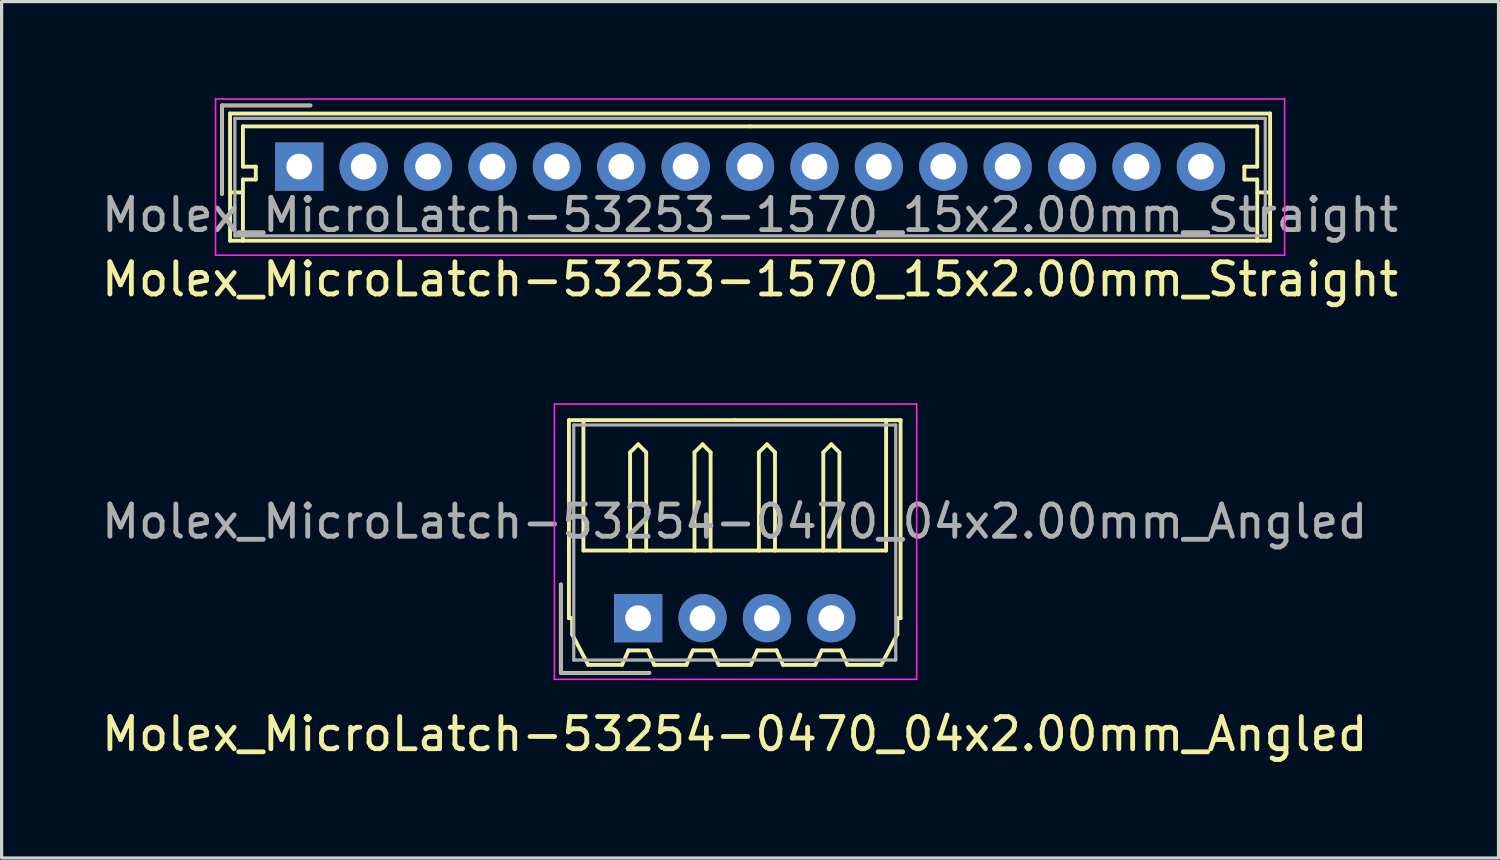
<source format=kicad_pcb>
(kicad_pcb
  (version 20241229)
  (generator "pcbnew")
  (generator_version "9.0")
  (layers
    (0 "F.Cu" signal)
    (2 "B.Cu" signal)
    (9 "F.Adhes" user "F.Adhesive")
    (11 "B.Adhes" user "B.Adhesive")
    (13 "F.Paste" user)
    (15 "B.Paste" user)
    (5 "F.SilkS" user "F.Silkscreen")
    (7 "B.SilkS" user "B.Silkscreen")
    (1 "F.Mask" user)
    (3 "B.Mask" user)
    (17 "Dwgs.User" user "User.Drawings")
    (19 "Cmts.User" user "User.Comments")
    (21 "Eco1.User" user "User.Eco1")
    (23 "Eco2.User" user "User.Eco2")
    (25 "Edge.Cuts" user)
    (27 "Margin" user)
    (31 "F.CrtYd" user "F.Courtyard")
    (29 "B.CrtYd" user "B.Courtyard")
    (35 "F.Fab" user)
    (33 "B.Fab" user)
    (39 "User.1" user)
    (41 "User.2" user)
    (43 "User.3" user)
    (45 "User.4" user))
  (footprint "Molex_MicroLatch-53253-1570_15x2.00mm_Straight"
    (layer "F.Cu")
    (at 6.244 2.125)
    (property "Reference" "Molex_MicroLatch-53253-1570_15x2.00mm_Straight" (at 14 3.5 0) (layer "F.SilkS") (effects (font (size 1 1) (thickness 0.15))))
    (attr through_hole)
    (fp_line (start -2.4 -1.9) (end -2.4 0.85) (stroke (width 0.12) (type solid)) (layer "F.SilkS"))
    (fp_line (start -2.15 -1.65) (end -2.15 2.3) (stroke (width 0.12) (type solid)) (layer "F.SilkS"))
    (fp_line (start -2.15 0.8) (end -1.75 0.8) (stroke (width 0.12) (type solid)) (layer "F.SilkS"))
    (fp_line (start -2.15 2.3) (end 30.15 2.3) (stroke (width 0.12) (type solid)) (layer "F.SilkS"))
    (fp_line (start -1.75 -1.25) (end -1.75 0) (stroke (width 0.12) (type solid)) (layer "F.SilkS"))
    (fp_line (start -1.75 0) (end -1.35 0) (stroke (width 0.12) (type solid)) (layer "F.SilkS"))
    (fp_line (start -1.75 0.4) (end -1.75 2.3) (stroke (width 0.12) (type solid)) (layer "F.SilkS"))
    (fp_line (start -1.35 0) (end -1.35 0.4) (stroke (width 0.12) (type solid)) (layer "F.SilkS"))
    (fp_line (start -1.35 0.4) (end -1.75 0.4) (stroke (width 0.12) (type solid)) (layer "F.SilkS"))
    (fp_line (start 0.35 -1.9) (end -2.4 -1.9) (stroke (width 0.12) (type solid)) (layer "F.SilkS"))
    (fp_line (start 14 -1.25) (end -1.75 -1.25) (stroke (width 0.12) (type solid)) (layer "F.SilkS"))
    (fp_line (start 14 -1.25) (end 29.75 -1.25) (stroke (width 0.12) (type solid)) (layer "F.SilkS"))
    (fp_line (start 29.35 0) (end 29.35 0.4) (stroke (width 0.12) (type solid)) (layer "F.SilkS"))
    (fp_line (start 29.35 0.4) (end 29.75 0.4) (stroke (width 0.12) (type solid)) (layer "F.SilkS"))
    (fp_line (start 29.75 -1.25) (end 29.75 0) (stroke (width 0.12) (type solid)) (layer "F.SilkS"))
    (fp_line (start 29.75 0) (end 29.35 0) (stroke (width 0.12) (type solid)) (layer "F.SilkS"))
    (fp_line (start 29.75 0.4) (end 29.75 2.3) (stroke (width 0.12) (type solid)) (layer "F.SilkS"))
    (fp_line (start 30.15 -1.65) (end -2.15 -1.65) (stroke (width 0.12) (type solid)) (layer "F.SilkS"))
    (fp_line (start 30.15 0.8) (end 29.75 0.8) (stroke (width 0.12) (type solid)) (layer "F.SilkS"))
    (fp_line (start 30.15 2.3) (end 30.15 -1.65) (stroke (width 0.12) (type solid)) (layer "F.SilkS"))
    (fp_line (start -2.6 -2.1) (end -2.6 2.75) (stroke (width 0.05) (type solid)) (layer "F.CrtYd"))
    (fp_line (start -2.6 2.75) (end 30.6 2.75) (stroke (width 0.05) (type solid)) (layer "F.CrtYd"))
    (fp_line (start 30.6 -2.1) (end -2.6 -2.1) (stroke (width 0.05) (type solid)) (layer "F.CrtYd"))
    (fp_line (start 30.6 2.75) (end 30.6 -2.1) (stroke (width 0.05) (type solid)) (layer "F.CrtYd"))
    (fp_line (start -2.4 -1.9) (end -2.4 0.85) (stroke (width 0.1) (type solid)) (layer "F.Fab"))
    (fp_line (start -2 -1.5) (end -2 2.15) (stroke (width 0.1) (type solid)) (layer "F.Fab"))
    (fp_line (start -2 2.15) (end 30 2.15) (stroke (width 0.1) (type solid)) (layer "F.Fab"))
    (fp_line (start 0.35 -1.9) (end -2.4 -1.9) (stroke (width 0.1) (type solid)) (layer "F.Fab"))
    (fp_line (start 30 -1.5) (end -2 -1.5) (stroke (width 0.1) (type solid)) (layer "F.Fab"))
    (fp_line (start 30 2.15) (end 30 -1.5) (stroke (width 0.1) (type solid)) (layer "F.Fab"))
    (fp_text user "${REFERENCE}" (at 14 1.5 0) (layer "F.Fab") (effects (font (size 1 1) (thickness 0.15))))
    (pad "1" thru_hole rect (at 0 0) (size 1.5 1.5) (drill 0.8) (layers "*.Cu" "*.Mask"))
    (pad "2" thru_hole circle (at 2 0) (size 1.5 1.5) (drill 0.8) (layers "*.Cu" "*.Mask"))
    (pad "3" thru_hole circle (at 4 0) (size 1.5 1.5) (drill 0.8) (layers "*.Cu" "*.Mask"))
    (pad "4" thru_hole circle (at 6 0) (size 1.5 1.5) (drill 0.8) (layers "*.Cu" "*.Mask"))
    (pad "5" thru_hole circle (at 8 0) (size 1.5 1.5) (drill 0.8) (layers "*.Cu" "*.Mask"))
    (pad "6" thru_hole circle (at 10 0) (size 1.5 1.5) (drill 0.8) (layers "*.Cu" "*.Mask"))
    (pad "7" thru_hole circle (at 12 0) (size 1.5 1.5) (drill 0.8) (layers "*.Cu" "*.Mask"))
    (pad "8" thru_hole circle (at 14 0) (size 1.5 1.5) (drill 0.8) (layers "*.Cu" "*.Mask"))
    (pad "9" thru_hole circle (at 16 0) (size 1.5 1.5) (drill 0.8) (layers "*.Cu" "*.Mask"))
    (pad "10" thru_hole circle (at 18 0) (size 1.5 1.5) (drill 0.8) (layers "*.Cu" "*.Mask"))
    (pad "11" thru_hole circle (at 20 0) (size 1.5 1.5) (drill 0.8) (layers "*.Cu" "*.Mask"))
    (pad "12" thru_hole circle (at 22 0) (size 1.5 1.5) (drill 0.8) (layers "*.Cu" "*.Mask"))
    (pad "13" thru_hole circle (at 24 0) (size 1.5 1.5) (drill 0.8) (layers "*.Cu" "*.Mask"))
    (pad "14" thru_hole circle (at 26 0) (size 1.5 1.5) (drill 0.8) (layers "*.Cu" "*.Mask"))
    (pad "15" thru_hole circle (at 28 0) (size 1.5 1.5) (drill 0.8) (layers "*.Cu" "*.Mask")))
  (footprint "Molex_MicroLatch-53254-0470_04x2.00mm_Angled"
    (layer "F.Cu")
    (at 16.768 16.148)
    (property "Reference" "Molex_MicroLatch-53254-0470_04x2.00mm_Angled" (at 3 3.6 0) (layer "F.SilkS") (effects (font (size 1 1) (thickness 0.15))))
    (attr through_hole)
    (fp_line (start -2.4 1.7) (end -2.4 -1.05) (stroke (width 0.12) (type solid)) (layer "F.SilkS"))
    (fp_line (start -2.15 -6.15) (end 3 -6.15) (stroke (width 0.12) (type solid)) (layer "F.SilkS"))
    (fp_line (start -2.15 0) (end -2.15 -6.15) (stroke (width 0.12) (type solid)) (layer "F.SilkS"))
    (fp_line (start -2.05 0) (end -2.15 0) (stroke (width 0.12) (type solid)) (layer "F.SilkS"))
    (fp_line (start -2.05 0.5) (end -2.05 0) (stroke (width 0.12) (type solid)) (layer "F.SilkS"))
    (fp_line (start -1.7 -6.15) (end -1.7 -2.1) (stroke (width 0.12) (type solid)) (layer "F.SilkS"))
    (fp_line (start -1.7 -2.1) (end 7.7 -2.1) (stroke (width 0.12) (type solid)) (layer "F.SilkS"))
    (fp_line (start -1.55 1.45) (end -2.05 0.5) (stroke (width 0.12) (type solid)) (layer "F.SilkS"))
    (fp_line (start -0.5 1.45) (end -1.55 1.45) (stroke (width 0.12) (type solid)) (layer "F.SilkS"))
    (fp_line (start -0.3 1) (end -0.5 1.45) (stroke (width 0.12) (type solid)) (layer "F.SilkS"))
    (fp_line (start -0.3 1) (end 0.3 1) (stroke (width 0.12) (type solid)) (layer "F.SilkS"))
    (fp_line (start -0.25 -5.15) (end 0 -5.4) (stroke (width 0.12) (type solid)) (layer "F.SilkS"))
    (fp_line (start -0.25 -2.1) (end -0.25 -5.15) (stroke (width 0.12) (type solid)) (layer "F.SilkS"))
    (fp_line (start 0 -5.4) (end 0.25 -5.15) (stroke (width 0.12) (type solid)) (layer "F.SilkS"))
    (fp_line (start 0.25 -5.15) (end 0.25 -2.1) (stroke (width 0.12) (type solid)) (layer "F.SilkS"))
    (fp_line (start 0.3 1) (end 0.5 1.45) (stroke (width 0.12) (type solid)) (layer "F.SilkS"))
    (fp_line (start 0.35 1.7) (end -2.4 1.7) (stroke (width 0.12) (type solid)) (layer "F.SilkS"))
    (fp_line (start 0.5 1.45) (end 1.5 1.45) (stroke (width 0.12) (type solid)) (layer "F.SilkS"))
    (fp_line (start 1.5 1.45) (end 1.7 1) (stroke (width 0.12) (type solid)) (layer "F.SilkS"))
    (fp_line (start 1.7 1) (end 2.3 1) (stroke (width 0.12) (type solid)) (layer "F.SilkS"))
    (fp_line (start 1.75 -5.15) (end 2 -5.4) (stroke (width 0.12) (type solid)) (layer "F.SilkS"))
    (fp_line (start 1.75 -2.1) (end 1.75 -5.15) (stroke (width 0.12) (type solid)) (layer "F.SilkS"))
    (fp_line (start 2 -5.4) (end 2.25 -5.15) (stroke (width 0.12) (type solid)) (layer "F.SilkS"))
    (fp_line (start 2.25 -5.15) (end 2.25 -2.1) (stroke (width 0.12) (type solid)) (layer "F.SilkS"))
    (fp_line (start 2.3 1) (end 2.5 1.45) (stroke (width 0.12) (type solid)) (layer "F.SilkS"))
    (fp_line (start 2.5 1.45) (end 3.5 1.45) (stroke (width 0.12) (type solid)) (layer "F.SilkS"))
    (fp_line (start 3.5 1.45) (end 3.7 1) (stroke (width 0.12) (type solid)) (layer "F.SilkS"))
    (fp_line (start 3.7 1) (end 4.3 1) (stroke (width 0.12) (type solid)) (layer "F.SilkS"))
    (fp_line (start 3.75 -5.15) (end 4 -5.4) (stroke (width 0.12) (type solid)) (layer "F.SilkS"))
    (fp_line (start 3.75 -2.1) (end 3.75 -5.15) (stroke (width 0.12) (type solid)) (layer "F.SilkS"))
    (fp_line (start 4 -5.4) (end 4.25 -5.15) (stroke (width 0.12) (type solid)) (layer "F.SilkS"))
    (fp_line (start 4.25 -5.15) (end 4.25 -2.1) (stroke (width 0.12) (type solid)) (layer "F.SilkS"))
    (fp_line (start 4.3 1) (end 4.5 1.45) (stroke (width 0.12) (type solid)) (layer "F.SilkS"))
    (fp_line (start 4.5 1.45) (end 5.5 1.45) (stroke (width 0.12) (type solid)) (layer "F.SilkS"))
    (fp_line (start 5.5 1.45) (end 5.7 1) (stroke (width 0.12) (type solid)) (layer "F.SilkS"))
    (fp_line (start 5.7 1) (end 6.3 1) (stroke (width 0.12) (type solid)) (layer "F.SilkS"))
    (fp_line (start 5.75 -5.15) (end 6 -5.4) (stroke (width 0.12) (type solid)) (layer "F.SilkS"))
    (fp_line (start 5.75 -2.1) (end 5.75 -5.15) (stroke (width 0.12) (type solid)) (layer "F.SilkS"))
    (fp_line (start 6 -5.4) (end 6.25 -5.15) (stroke (width 0.12) (type solid)) (layer "F.SilkS"))
    (fp_line (start 6.25 -5.15) (end 6.25 -2.1) (stroke (width 0.12) (type solid)) (layer "F.SilkS"))
    (fp_line (start 6.3 1) (end 6.5 1.45) (stroke (width 0.12) (type solid)) (layer "F.SilkS"))
    (fp_line (start 6.5 1.45) (end 7.55 1.45) (stroke (width 0.12) (type solid)) (layer "F.SilkS"))
    (fp_line (start 7.55 1.45) (end 8.05 0.5) (stroke (width 0.12) (type solid)) (layer "F.SilkS"))
    (fp_line (start 7.7 -2.1) (end 7.7 -6.15) (stroke (width 0.12) (type solid)) (layer "F.SilkS"))
    (fp_line (start 8.05 0) (end 8.15 0) (stroke (width 0.12) (type solid)) (layer "F.SilkS"))
    (fp_line (start 8.05 0.5) (end 8.05 0) (stroke (width 0.12) (type solid)) (layer "F.SilkS"))
    (fp_line (start 8.15 -6.15) (end 3 -6.15) (stroke (width 0.12) (type solid)) (layer "F.SilkS"))
    (fp_line (start 8.15 0) (end 8.15 -6.15) (stroke (width 0.12) (type solid)) (layer "F.SilkS"))
    (fp_line (start -2.6 -6.65) (end -2.6 1.9) (stroke (width 0.05) (type solid)) (layer "F.CrtYd"))
    (fp_line (start -2.6 1.9) (end 8.65 1.9) (stroke (width 0.05) (type solid)) (layer "F.CrtYd"))
    (fp_line (start 8.65 -6.65) (end -2.6 -6.65) (stroke (width 0.05) (type solid)) (layer "F.CrtYd"))
    (fp_line (start 8.65 1.9) (end 8.65 -6.65) (stroke (width 0.05) (type solid)) (layer "F.CrtYd"))
    (fp_line (start -2.4 1.7) (end -2.4 -1.05) (stroke (width 0.1) (type solid)) (layer "F.Fab"))
    (fp_line (start -2 -6) (end -2 1.3) (stroke (width 0.1) (type solid)) (layer "F.Fab"))
    (fp_line (start -2 1.3) (end 8 1.3) (stroke (width 0.1) (type solid)) (layer "F.Fab"))
    (fp_line (start 0.35 1.7) (end -2.4 1.7) (stroke (width 0.1) (type solid)) (layer "F.Fab"))
    (fp_line (start 8 -6) (end -2 -6) (stroke (width 0.1) (type solid)) (layer "F.Fab"))
    (fp_line (start 8 1.3) (end 8 -6) (stroke (width 0.1) (type solid)) (layer "F.Fab"))
    (fp_text user "${REFERENCE}" (at 3 -3 0) (layer "F.Fab") (effects (font (size 1 1) (thickness 0.15))))
    (pad "1" thru_hole rect (at 0 0) (size 1.5 1.5) (drill 0.8) (layers "*.Cu" "*.Mask"))
    (pad "2" thru_hole circle (at 2 0) (size 1.5 1.5) (drill 0.8) (layers "*.Cu" "*.Mask"))
    (pad "3" thru_hole circle (at 4 0) (size 1.5 1.5) (drill 0.8) (layers "*.Cu" "*.Mask"))
    (pad "4" thru_hole circle (at 6 0) (size 1.5 1.5) (drill 0.8) (layers "*.Cu" "*.Mask")))
  (gr_rect
    (start -3 -3)
    (end 43.488 23.596)
    (stroke (width 0.1) (type default))
    (fill no)
    (layer "Edge.Cuts")))
</source>
